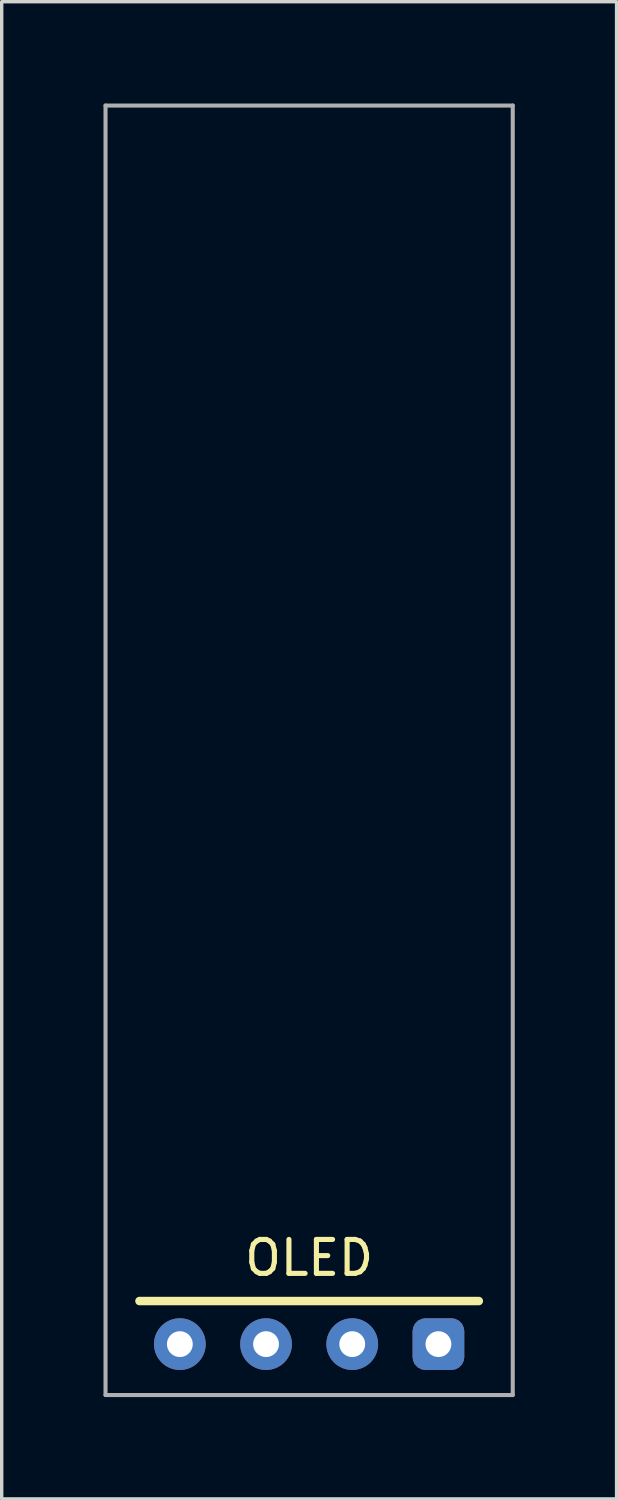
<source format=kicad_pcb>
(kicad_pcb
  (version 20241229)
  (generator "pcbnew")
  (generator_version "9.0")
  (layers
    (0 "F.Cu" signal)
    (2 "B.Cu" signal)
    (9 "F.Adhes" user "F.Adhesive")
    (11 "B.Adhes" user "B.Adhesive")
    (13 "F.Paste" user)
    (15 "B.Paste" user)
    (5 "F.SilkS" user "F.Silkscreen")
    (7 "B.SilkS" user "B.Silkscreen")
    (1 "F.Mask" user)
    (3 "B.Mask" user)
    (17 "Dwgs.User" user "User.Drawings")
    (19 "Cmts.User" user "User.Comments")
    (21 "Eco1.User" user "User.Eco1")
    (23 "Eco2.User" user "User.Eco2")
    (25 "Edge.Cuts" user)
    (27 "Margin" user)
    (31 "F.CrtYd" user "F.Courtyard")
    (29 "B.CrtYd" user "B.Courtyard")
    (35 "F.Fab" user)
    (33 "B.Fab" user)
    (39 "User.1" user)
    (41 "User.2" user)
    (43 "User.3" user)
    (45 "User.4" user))
  (footprint "OLED"
    (layer "F.Cu")
    (at 6.06 36.56)
    (property "Reference" "OLED" (at 0 -2.54 0) (layer "F.SilkS") (effects (font (size 1 1) (thickness 0.15))))
    (attr through_hole)
    (fp_line (start -5 -1.27) (end 5 -1.27) (stroke (width 0.25) (type solid)) (layer "F.SilkS"))
    (fp_line (start -6 -36.5) (end 6 -36.5) (stroke (width 0.12) (type solid)) (layer "F.Fab"))
    (fp_line (start -6 1.5) (end -6 -36.5) (stroke (width 0.12) (type solid)) (layer "F.Fab"))
    (fp_line (start 6 1.5) (end -6 1.5) (stroke (width 0.12) (type solid)) (layer "F.Fab"))
    (fp_line (start 6 1.5) (end 6 -36.5) (stroke (width 0.12) (type solid)) (layer "F.Fab"))
    (pad "GND" thru_hole roundrect (at 3.81 0) (size 1.524 1.524) (drill 0.762) (layers "*.Cu" "*.Mask") (roundrect_rratio 0.25))
    (pad "SCL" thru_hole circle (at -1.27 0) (size 1.524 1.524) (drill 0.762) (layers "*.Cu" "*.Mask"))
    (pad "SDA" thru_hole circle (at -3.81 0) (size 1.524 1.524) (drill 0.762) (layers "*.Cu" "*.Mask"))
    (pad "VCC" thru_hole circle (at 1.27 0) (size 1.524 1.524) (drill 0.762) (layers "*.Cu" "*.Mask")))
  (gr_rect
    (start -3 -3)
    (end 15.12 41.12)
    (stroke (width 0.1) (type default))
    (fill no)
    (layer "Edge.Cuts")))
</source>
